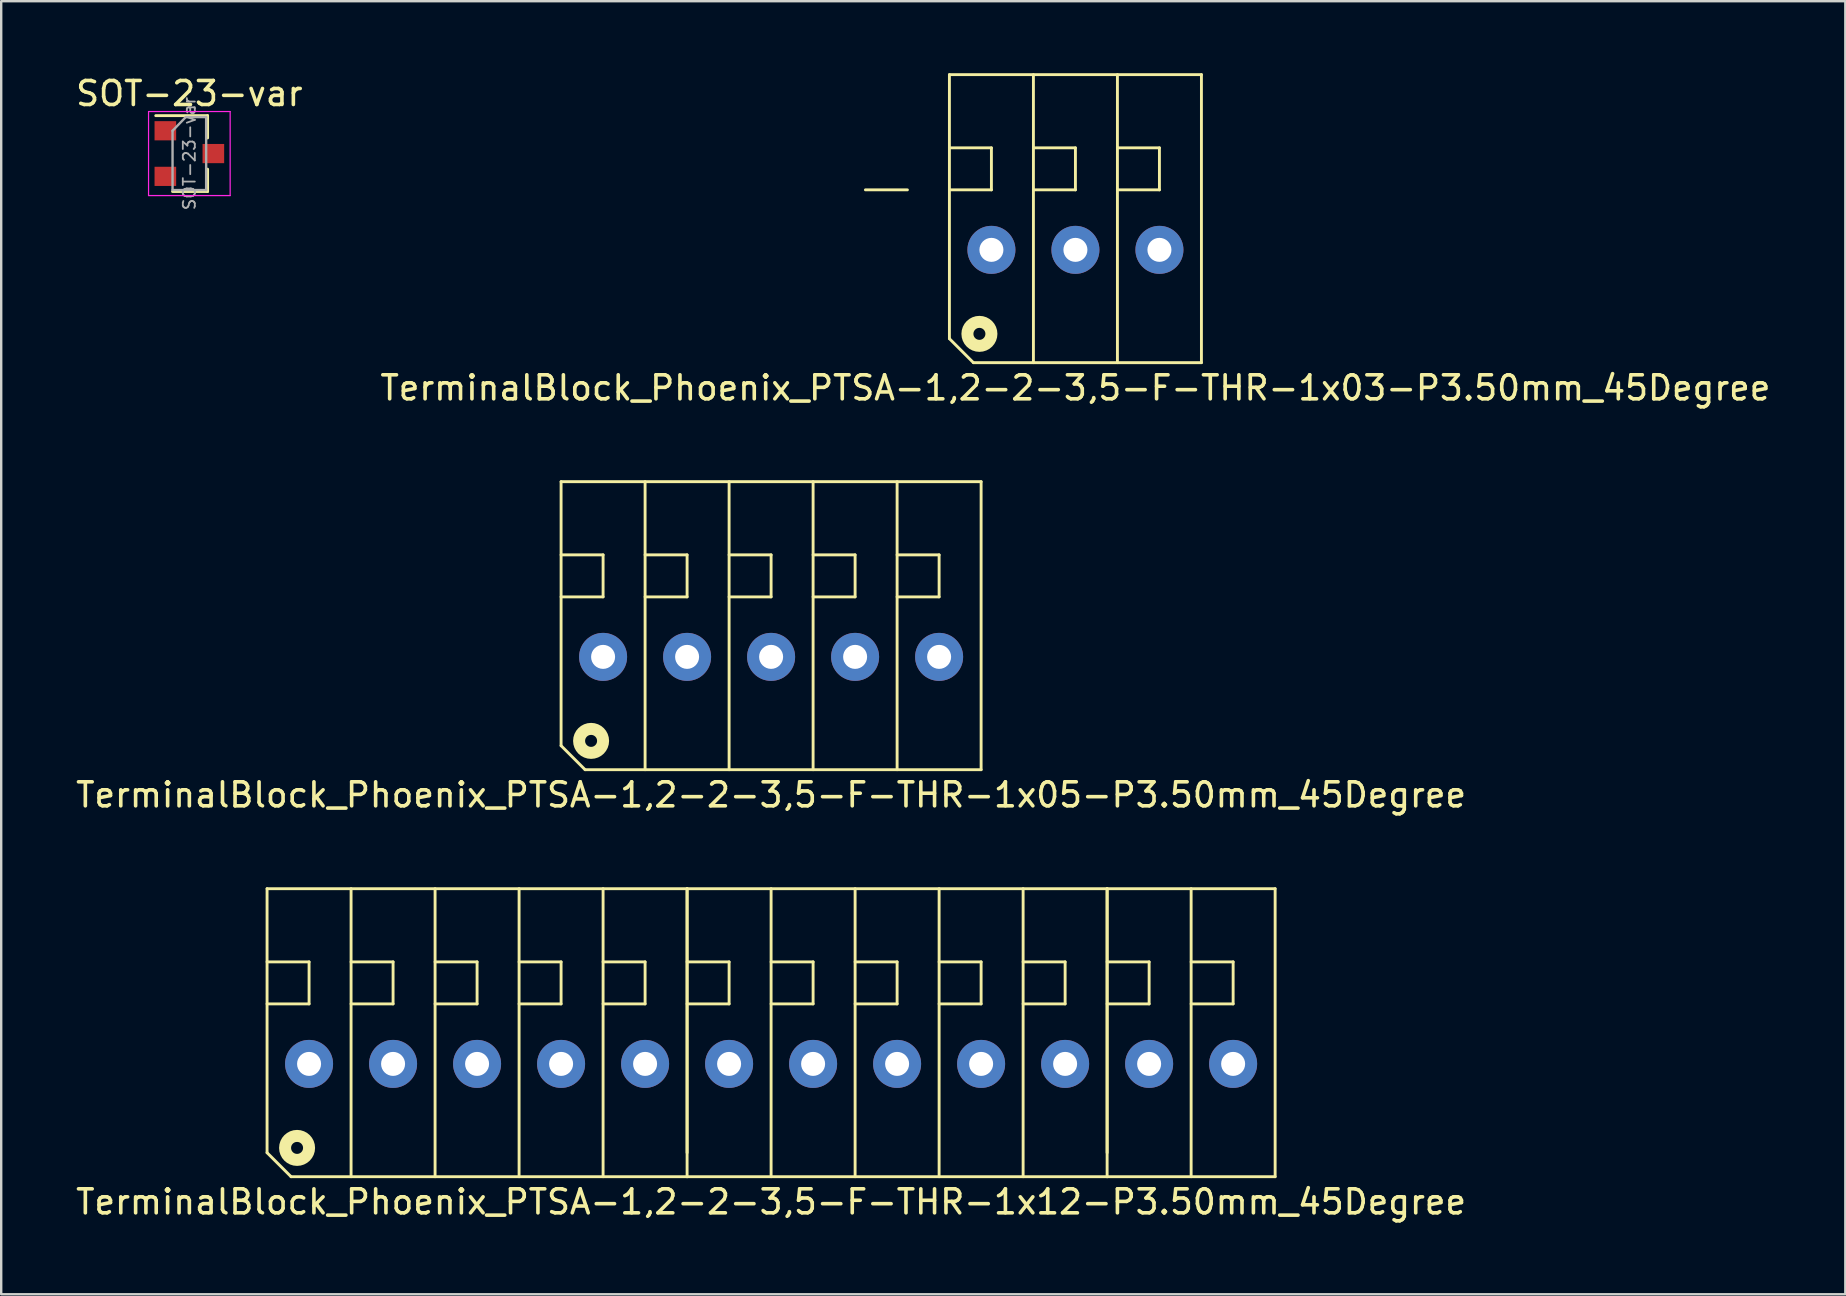
<source format=kicad_pcb>
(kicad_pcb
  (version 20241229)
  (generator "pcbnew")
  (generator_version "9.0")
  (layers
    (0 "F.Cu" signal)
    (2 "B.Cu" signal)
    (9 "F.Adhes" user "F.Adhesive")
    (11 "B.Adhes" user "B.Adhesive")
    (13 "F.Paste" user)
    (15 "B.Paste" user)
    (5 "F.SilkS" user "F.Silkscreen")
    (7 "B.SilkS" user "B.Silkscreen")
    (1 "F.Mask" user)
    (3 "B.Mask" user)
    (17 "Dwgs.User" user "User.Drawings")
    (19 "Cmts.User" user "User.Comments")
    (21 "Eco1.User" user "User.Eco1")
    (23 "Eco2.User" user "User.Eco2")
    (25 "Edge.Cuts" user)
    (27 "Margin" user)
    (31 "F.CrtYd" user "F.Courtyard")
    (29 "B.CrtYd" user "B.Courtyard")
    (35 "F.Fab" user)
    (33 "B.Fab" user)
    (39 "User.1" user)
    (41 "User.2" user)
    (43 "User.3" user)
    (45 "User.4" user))
  (footprint "TerminalBlock_Phoenix_PTSA-1,2-2-3,5-F-THR-1x03-P3.50mm_45Degree"
    (layer "F.Cu")
    (at 41.756 7.36)
    (property "Reference" "TerminalBlock_Phoenix_PTSA-1,2-2-3,5-F-THR-1x03-P3.50mm_45Degree" (at 0 5.75 0) (layer "F.SilkS") (effects (font (size 1 1) (thickness 0.15))))
    (attr through_hole)
    (fp_line (start -8.75 -2.5) (end -7 -2.5) (stroke (width 0.12) (type solid)) (layer "F.SilkS"))
    (fp_line (start -5.25 -7.3) (end -5.25 3.7) (stroke (width 0.12) (type solid)) (layer "F.SilkS"))
    (fp_line (start -5.25 -7.3) (end 5.25 -7.3) (stroke (width 0.12) (type solid)) (layer "F.SilkS"))
    (fp_line (start -5.25 -2.5) (end -3.5 -2.5) (stroke (width 0.12) (type solid)) (layer "F.SilkS"))
    (fp_line (start -5.25 3.7) (end -4.25 4.7) (stroke (width 0.12) (type solid)) (layer "F.SilkS"))
    (fp_line (start -3.5 -4.25) (end -5.25 -4.25) (stroke (width 0.12) (type solid)) (layer "F.SilkS"))
    (fp_line (start -3.5 -2.5) (end -3.5 -4.25) (stroke (width 0.12) (type solid)) (layer "F.SilkS"))
    (fp_line (start -1.75 -7.3) (end -1.75 4.7) (stroke (width 0.12) (type solid)) (layer "F.SilkS"))
    (fp_line (start -1.75 -2.5) (end 0 -2.5) (stroke (width 0.12) (type solid)) (layer "F.SilkS"))
    (fp_line (start 0 -4.25) (end -1.75 -4.25) (stroke (width 0.12) (type solid)) (layer "F.SilkS"))
    (fp_line (start 0 -2.5) (end 0 -4.25) (stroke (width 0.12) (type solid)) (layer "F.SilkS"))
    (fp_line (start 1.75 -7.3) (end 1.75 4.7) (stroke (width 0.12) (type solid)) (layer "F.SilkS"))
    (fp_line (start 1.75 -2.5) (end 3.5 -2.5) (stroke (width 0.12) (type solid)) (layer "F.SilkS"))
    (fp_line (start 3.5 -4.25) (end 1.75 -4.25) (stroke (width 0.12) (type solid)) (layer "F.SilkS"))
    (fp_line (start 3.5 -2.5) (end 3.5 -4.25) (stroke (width 0.12) (type solid)) (layer "F.SilkS"))
    (fp_line (start 5.25 -7.3) (end 5.25 4.7) (stroke (width 0.12) (type solid)) (layer "F.SilkS"))
    (fp_line (start 5.25 4.7) (end -4.25 4.7) (stroke (width 0.12) (type solid)) (layer "F.SilkS"))
    (fp_circle (center -4 3.5) (end -3.5 3.5) (stroke (width 0.5) (type solid)) (fill no) (layer "F.SilkS"))
    (pad "1" thru_hole circle (at -3.5 0) (size 2 2) (drill 1) (layers "*.Cu" "*.Mask"))
    (pad "2" thru_hole circle (at 0 0) (size 2 2) (drill 1) (layers "*.Cu" "*.Mask"))
    (pad "3" thru_hole circle (at 3.5 0) (size 2 2) (drill 1) (layers "*.Cu" "*.Mask")))
  (footprint "SOT-23-var"
    (layer "F.Cu")
    (at 4.839 3.348)
    (property "Reference" "SOT-23-var" (at 0 -2.5 0) (layer "F.SilkS") (effects (font (size 1 1) (thickness 0.15))))
    (attr smd)
    (fp_line (start 0.76 -1.58) (end -1.4 -1.58) (stroke (width 0.12) (type solid)) (layer "F.SilkS"))
    (fp_line (start 0.76 -1.58) (end 0.76 -0.65) (stroke (width 0.12) (type solid)) (layer "F.SilkS"))
    (fp_line (start 0.76 1.58) (end -0.7 1.58) (stroke (width 0.12) (type solid)) (layer "F.SilkS"))
    (fp_line (start 0.76 1.58) (end 0.76 0.65) (stroke (width 0.12) (type solid)) (layer "F.SilkS"))
    (fp_line (start -1.7 -1.75) (end 1.7 -1.75) (stroke (width 0.05) (type solid)) (layer "F.CrtYd"))
    (fp_line (start -1.7 1.75) (end -1.7 -1.75) (stroke (width 0.05) (type solid)) (layer "F.CrtYd"))
    (fp_line (start 1.7 -1.75) (end 1.7 1.75) (stroke (width 0.05) (type solid)) (layer "F.CrtYd"))
    (fp_line (start 1.7 1.75) (end -1.7 1.75) (stroke (width 0.05) (type solid)) (layer "F.CrtYd"))
    (fp_line (start -0.7 -0.95) (end -0.7 1.5) (stroke (width 0.1) (type solid)) (layer "F.Fab"))
    (fp_line (start -0.7 -0.95) (end -0.15 -1.52) (stroke (width 0.1) (type solid)) (layer "F.Fab"))
    (fp_line (start -0.7 1.52) (end 0.7 1.52) (stroke (width 0.1) (type solid)) (layer "F.Fab"))
    (fp_line (start -0.15 -1.52) (end 0.7 -1.52) (stroke (width 0.1) (type solid)) (layer "F.Fab"))
    (fp_line (start 0.7 -1.52) (end 0.7 1.52) (stroke (width 0.1) (type solid)) (layer "F.Fab"))
    (fp_text user "${REFERENCE}" (at 0 0 90) (layer "F.Fab") (effects (font (size 0.5 0.5) (thickness 0.075))))
    (pad "1" smd rect (at -1 0.95) (size 0.9 0.8) (layers "F.Cu" "F.Mask" "F.Paste"))
    (pad "2" smd rect (at -1 -0.95) (size 0.9 0.8) (layers "F.Cu" "F.Mask" "F.Paste"))
    (pad "3" smd rect (at 1 0) (size 0.9 0.8) (layers "F.Cu" "F.Mask" "F.Paste")))
  (footprint "TerminalBlock_Phoenix_PTSA-1,2-2-3,5-F-THR-1x05-P3.50mm_45Degree"
    (layer "F.Cu")
    (at 29.077 24.318)
    (property "Reference" "TerminalBlock_Phoenix_PTSA-1,2-2-3,5-F-THR-1x05-P3.50mm_45Degree" (at 0 5.75 0) (layer "F.SilkS") (effects (font (size 1 1) (thickness 0.15))))
    (attr through_hole)
    (fp_line (start -8.75 -7.3) (end -8.75 3.7) (stroke (width 0.12) (type solid)) (layer "F.SilkS"))
    (fp_line (start -8.75 -7.3) (end 8.75 -7.3) (stroke (width 0.12) (type solid)) (layer "F.SilkS"))
    (fp_line (start -8.75 -2.5) (end -7 -2.5) (stroke (width 0.12) (type solid)) (layer "F.SilkS"))
    (fp_line (start -8.75 3.7) (end -7.75 4.7) (stroke (width 0.12) (type solid)) (layer "F.SilkS"))
    (fp_line (start -7 -4.25) (end -8.75 -4.25) (stroke (width 0.12) (type solid)) (layer "F.SilkS"))
    (fp_line (start -7 -2.5) (end -7 -4.25) (stroke (width 0.12) (type solid)) (layer "F.SilkS"))
    (fp_line (start -5.25 -7.3) (end -5.25 4.7) (stroke (width 0.12) (type solid)) (layer "F.SilkS"))
    (fp_line (start -5.25 -2.5) (end -3.5 -2.5) (stroke (width 0.12) (type solid)) (layer "F.SilkS"))
    (fp_line (start -3.5 -4.25) (end -5.25 -4.25) (stroke (width 0.12) (type solid)) (layer "F.SilkS"))
    (fp_line (start -3.5 -2.5) (end -3.5 -4.25) (stroke (width 0.12) (type solid)) (layer "F.SilkS"))
    (fp_line (start -1.75 -7.3) (end -1.75 4.7) (stroke (width 0.12) (type solid)) (layer "F.SilkS"))
    (fp_line (start -1.75 -2.5) (end 0 -2.5) (stroke (width 0.12) (type solid)) (layer "F.SilkS"))
    (fp_line (start 0 -4.25) (end -1.75 -4.25) (stroke (width 0.12) (type solid)) (layer "F.SilkS"))
    (fp_line (start 0 -2.5) (end 0 -4.25) (stroke (width 0.12) (type solid)) (layer "F.SilkS"))
    (fp_line (start 1.75 -7.3) (end 1.75 4.7) (stroke (width 0.12) (type solid)) (layer "F.SilkS"))
    (fp_line (start 1.75 -2.5) (end 3.5 -2.5) (stroke (width 0.12) (type solid)) (layer "F.SilkS"))
    (fp_line (start 3.5 -4.25) (end 1.75 -4.25) (stroke (width 0.12) (type solid)) (layer "F.SilkS"))
    (fp_line (start 3.5 -2.5) (end 3.5 -4.25) (stroke (width 0.12) (type solid)) (layer "F.SilkS"))
    (fp_line (start 5.25 -7.3) (end 5.25 4.7) (stroke (width 0.12) (type solid)) (layer "F.SilkS"))
    (fp_line (start 5.25 -2.5) (end 7 -2.5) (stroke (width 0.12) (type solid)) (layer "F.SilkS"))
    (fp_line (start 7 -4.25) (end 5.25 -4.25) (stroke (width 0.12) (type solid)) (layer "F.SilkS"))
    (fp_line (start 7 -2.5) (end 7 -4.25) (stroke (width 0.12) (type solid)) (layer "F.SilkS"))
    (fp_line (start 8.75 -7.3) (end 8.75 4.7) (stroke (width 0.12) (type solid)) (layer "F.SilkS"))
    (fp_line (start 8.75 4.7) (end -7.75 4.7) (stroke (width 0.12) (type solid)) (layer "F.SilkS"))
    (fp_circle (center -7.5 3.5) (end -7 3.5) (stroke (width 0.5) (type solid)) (fill no) (layer "F.SilkS"))
    (pad "1" thru_hole circle (at -7 0) (size 2 2) (drill 1) (layers "*.Cu" "*.Mask"))
    (pad "2" thru_hole circle (at -3.5 0) (size 2 2) (drill 1) (layers "*.Cu" "*.Mask"))
    (pad "3" thru_hole circle (at 0 0) (size 2 2) (drill 1) (layers "*.Cu" "*.Mask"))
    (pad "4" thru_hole circle (at 3.5 0) (size 2 2) (drill 1) (layers "*.Cu" "*.Mask"))
    (pad "5" thru_hole circle (at 7 0) (size 2 2) (drill 1) (layers "*.Cu" "*.Mask")))
  (footprint "TerminalBlock_Phoenix_PTSA-1,2-2-3,5-F-THR-1x12-P3.50mm_45Degree"
    (layer "F.Cu")
    (at 29.077 41.276)
    (property "Reference" "TerminalBlock_Phoenix_PTSA-1,2-2-3,5-F-THR-1x12-P3.50mm_45Degree" (at 0 5.75 0) (layer "F.SilkS") (effects (font (size 1 1) (thickness 0.15))))
    (attr through_hole)
    (fp_line (start -21 -7.3) (end -21 3.7) (stroke (width 0.12) (type solid)) (layer "F.SilkS"))
    (fp_line (start -21 -7.3) (end -3.5 -7.3) (stroke (width 0.12) (type solid)) (layer "F.SilkS"))
    (fp_line (start -21 -2.5) (end -19.25 -2.5) (stroke (width 0.12) (type solid)) (layer "F.SilkS"))
    (fp_line (start -21 3.7) (end -20 4.7) (stroke (width 0.12) (type solid)) (layer "F.SilkS"))
    (fp_line (start -19.25 -4.25) (end -21 -4.25) (stroke (width 0.12) (type solid)) (layer "F.SilkS"))
    (fp_line (start -19.25 -2.5) (end -19.25 -4.25) (stroke (width 0.12) (type solid)) (layer "F.SilkS"))
    (fp_line (start -17.5 -7.3) (end -17.5 4.7) (stroke (width 0.12) (type solid)) (layer "F.SilkS"))
    (fp_line (start -17.5 -2.5) (end -15.75 -2.5) (stroke (width 0.12) (type solid)) (layer "F.SilkS"))
    (fp_line (start -15.75 -4.25) (end -17.5 -4.25) (stroke (width 0.12) (type solid)) (layer "F.SilkS"))
    (fp_line (start -15.75 -2.5) (end -15.75 -4.25) (stroke (width 0.12) (type solid)) (layer "F.SilkS"))
    (fp_line (start -14 -7.3) (end -14 4.7) (stroke (width 0.12) (type solid)) (layer "F.SilkS"))
    (fp_line (start -14 -2.5) (end -12.25 -2.5) (stroke (width 0.12) (type solid)) (layer "F.SilkS"))
    (fp_line (start -12.25 -4.25) (end -14 -4.25) (stroke (width 0.12) (type solid)) (layer "F.SilkS"))
    (fp_line (start -12.25 -2.5) (end -12.25 -4.25) (stroke (width 0.12) (type solid)) (layer "F.SilkS"))
    (fp_line (start -10.5 -7.3) (end -10.5 4.7) (stroke (width 0.12) (type solid)) (layer "F.SilkS"))
    (fp_line (start -10.5 -2.5) (end -8.75 -2.5) (stroke (width 0.12) (type solid)) (layer "F.SilkS"))
    (fp_line (start -8.75 -4.25) (end -10.5 -4.25) (stroke (width 0.12) (type solid)) (layer "F.SilkS"))
    (fp_line (start -8.75 -2.5) (end -8.75 -4.25) (stroke (width 0.12) (type solid)) (layer "F.SilkS"))
    (fp_line (start -7 -7.3) (end -7 4.7) (stroke (width 0.12) (type solid)) (layer "F.SilkS"))
    (fp_line (start -7 -2.5) (end -5.25 -2.5) (stroke (width 0.12) (type solid)) (layer "F.SilkS"))
    (fp_line (start -5.25 -4.25) (end -7 -4.25) (stroke (width 0.12) (type solid)) (layer "F.SilkS"))
    (fp_line (start -5.25 -2.5) (end -5.25 -4.25) (stroke (width 0.12) (type solid)) (layer "F.SilkS"))
    (fp_line (start -3.5 -7.3) (end -3.5 3.7) (stroke (width 0.12) (type solid)) (layer "F.SilkS"))
    (fp_line (start -3.5 -7.3) (end -3.5 4.7) (stroke (width 0.12) (type solid)) (layer "F.SilkS"))
    (fp_line (start -3.5 -7.3) (end 14 -7.3) (stroke (width 0.12) (type solid)) (layer "F.SilkS"))
    (fp_line (start -3.5 -2.5) (end -1.75 -2.5) (stroke (width 0.12) (type solid)) (layer "F.SilkS"))
    (fp_line (start -3.5 4.7) (end -20 4.7) (stroke (width 0.12) (type solid)) (layer "F.SilkS"))
    (fp_line (start -1.75 -4.25) (end -3.5 -4.25) (stroke (width 0.12) (type solid)) (layer "F.SilkS"))
    (fp_line (start -1.75 -2.5) (end -1.75 -4.25) (stroke (width 0.12) (type solid)) (layer "F.SilkS"))
    (fp_line (start 0 -7.3) (end 0 4.7) (stroke (width 0.12) (type solid)) (layer "F.SilkS"))
    (fp_line (start 0 -2.5) (end 1.75 -2.5) (stroke (width 0.12) (type solid)) (layer "F.SilkS"))
    (fp_line (start 1.75 -4.25) (end 0 -4.25) (stroke (width 0.12) (type solid)) (layer "F.SilkS"))
    (fp_line (start 1.75 -2.5) (end 1.75 -4.25) (stroke (width 0.12) (type solid)) (layer "F.SilkS"))
    (fp_line (start 3.5 -7.3) (end 3.5 4.7) (stroke (width 0.12) (type solid)) (layer "F.SilkS"))
    (fp_line (start 3.5 -2.5) (end 5.25 -2.5) (stroke (width 0.12) (type solid)) (layer "F.SilkS"))
    (fp_line (start 5.25 -4.25) (end 3.5 -4.25) (stroke (width 0.12) (type solid)) (layer "F.SilkS"))
    (fp_line (start 5.25 -2.5) (end 5.25 -4.25) (stroke (width 0.12) (type solid)) (layer "F.SilkS"))
    (fp_line (start 7 -7.3) (end 7 4.7) (stroke (width 0.12) (type solid)) (layer "F.SilkS"))
    (fp_line (start 7 -2.5) (end 8.75 -2.5) (stroke (width 0.12) (type solid)) (layer "F.SilkS"))
    (fp_line (start 8.75 -4.25) (end 7 -4.25) (stroke (width 0.12) (type solid)) (layer "F.SilkS"))
    (fp_line (start 8.75 -2.5) (end 8.75 -4.25) (stroke (width 0.12) (type solid)) (layer "F.SilkS"))
    (fp_line (start 10.5 -7.3) (end 10.5 4.7) (stroke (width 0.12) (type solid)) (layer "F.SilkS"))
    (fp_line (start 10.5 -2.5) (end 12.25 -2.5) (stroke (width 0.12) (type solid)) (layer "F.SilkS"))
    (fp_line (start 12.25 -4.25) (end 10.5 -4.25) (stroke (width 0.12) (type solid)) (layer "F.SilkS"))
    (fp_line (start 12.25 -2.5) (end 12.25 -4.25) (stroke (width 0.12) (type solid)) (layer "F.SilkS"))
    (fp_line (start 14 -7.3) (end 14 3.7) (stroke (width 0.12) (type solid)) (layer "F.SilkS"))
    (fp_line (start 14 -7.3) (end 14 4.7) (stroke (width 0.12) (type solid)) (layer "F.SilkS"))
    (fp_line (start 14 -7.3) (end 21 -7.3) (stroke (width 0.12) (type solid)) (layer "F.SilkS"))
    (fp_line (start 14 -2.5) (end 15.75 -2.5) (stroke (width 0.12) (type solid)) (layer "F.SilkS"))
    (fp_line (start 14 4.7) (end -3.5 4.7) (stroke (width 0.12) (type solid)) (layer "F.SilkS"))
    (fp_line (start 15.75 -4.25) (end 14 -4.25) (stroke (width 0.12) (type solid)) (layer "F.SilkS"))
    (fp_line (start 15.75 -2.5) (end 15.75 -4.25) (stroke (width 0.12) (type solid)) (layer "F.SilkS"))
    (fp_line (start 17.5 -7.3) (end 17.5 4.7) (stroke (width 0.12) (type solid)) (layer "F.SilkS"))
    (fp_line (start 17.5 -2.5) (end 19.25 -2.5) (stroke (width 0.12) (type solid)) (layer "F.SilkS"))
    (fp_line (start 19.25 -4.25) (end 17.5 -4.25) (stroke (width 0.12) (type solid)) (layer "F.SilkS"))
    (fp_line (start 19.25 -2.5) (end 19.25 -4.25) (stroke (width 0.12) (type solid)) (layer "F.SilkS"))
    (fp_line (start 21 -7.3) (end 21 4.7) (stroke (width 0.12) (type solid)) (layer "F.SilkS"))
    (fp_line (start 21 4.7) (end 14 4.7) (stroke (width 0.12) (type solid)) (layer "F.SilkS"))
    (fp_circle (center -19.75 3.5) (end -19.25 3.5) (stroke (width 0.5) (type solid)) (fill no) (layer "F.SilkS"))
    (pad "1" thru_hole circle (at -19.25 0) (size 2 2) (drill 1) (layers "*.Cu" "*.Mask"))
    (pad "2" thru_hole circle (at -15.75 0) (size 2 2) (drill 1) (layers "*.Cu" "*.Mask"))
    (pad "3" thru_hole circle (at -12.25 0) (size 2 2) (drill 1) (layers "*.Cu" "*.Mask"))
    (pad "4" thru_hole circle (at -8.75 0) (size 2 2) (drill 1) (layers "*.Cu" "*.Mask"))
    (pad "5" thru_hole circle (at -5.25 0) (size 2 2) (drill 1) (layers "*.Cu" "*.Mask"))
    (pad "6" thru_hole circle (at -1.75 0) (size 2 2) (drill 1) (layers "*.Cu" "*.Mask"))
    (pad "7" thru_hole circle (at 1.75 0) (size 2 2) (drill 1) (layers "*.Cu" "*.Mask"))
    (pad "8" thru_hole circle (at 5.25 0) (size 2 2) (drill 1) (layers "*.Cu" "*.Mask"))
    (pad "9" thru_hole circle (at 8.75 0) (size 2 2) (drill 1) (layers "*.Cu" "*.Mask"))
    (pad "10" thru_hole circle (at 12.25 0) (size 2 2) (drill 1) (layers "*.Cu" "*.Mask"))
    (pad "11" thru_hole circle (at 15.75 0) (size 2 2) (drill 1) (layers "*.Cu" "*.Mask"))
    (pad "12" thru_hole circle (at 19.25 0) (size 2 2) (drill 1) (layers "*.Cu" "*.Mask")))
  (gr_rect
    (start -3 -3)
    (end 73.833 50.875)
    (stroke (width 0.1) (type default))
    (fill no)
    (layer "Edge.Cuts")))
</source>
